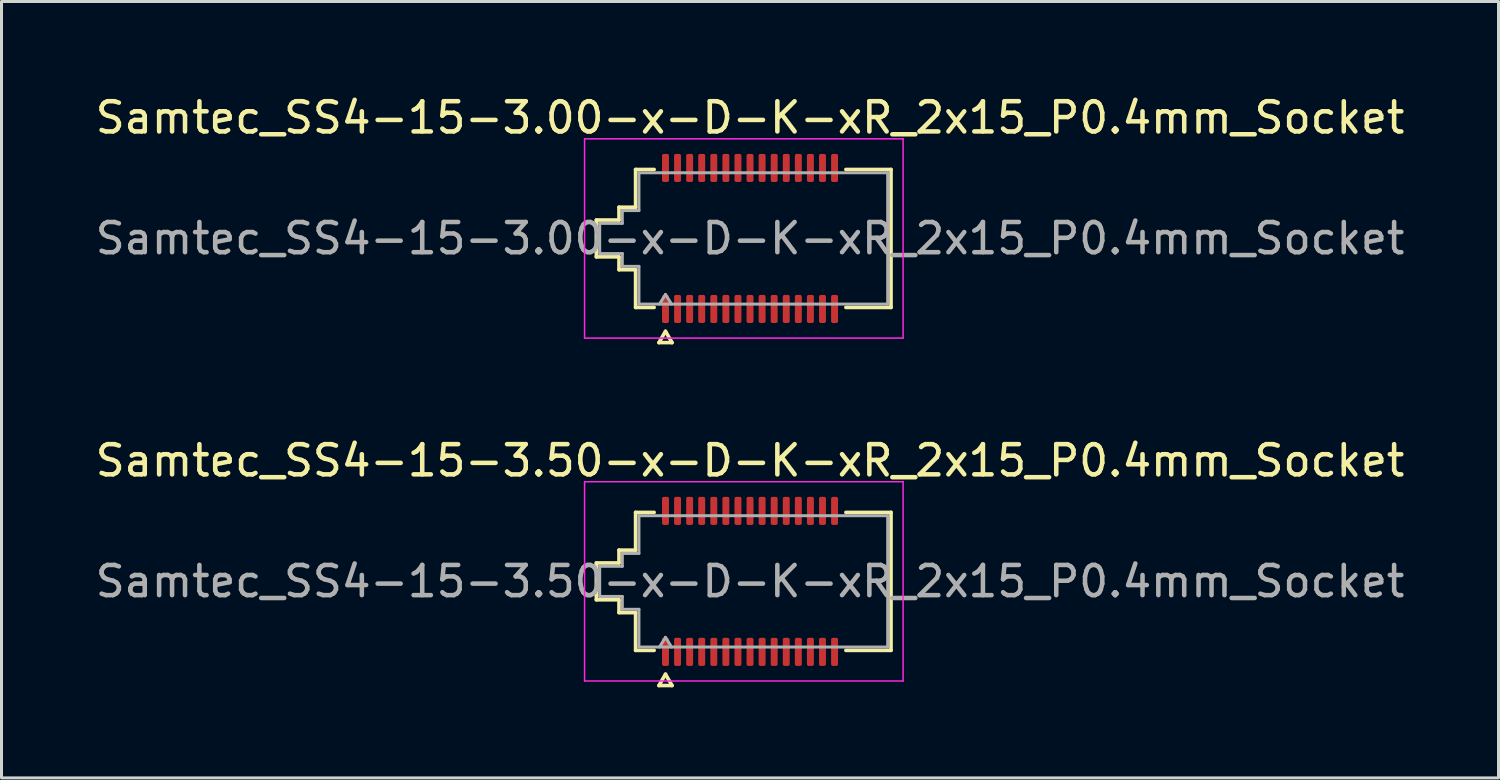
<source format=kicad_pcb>
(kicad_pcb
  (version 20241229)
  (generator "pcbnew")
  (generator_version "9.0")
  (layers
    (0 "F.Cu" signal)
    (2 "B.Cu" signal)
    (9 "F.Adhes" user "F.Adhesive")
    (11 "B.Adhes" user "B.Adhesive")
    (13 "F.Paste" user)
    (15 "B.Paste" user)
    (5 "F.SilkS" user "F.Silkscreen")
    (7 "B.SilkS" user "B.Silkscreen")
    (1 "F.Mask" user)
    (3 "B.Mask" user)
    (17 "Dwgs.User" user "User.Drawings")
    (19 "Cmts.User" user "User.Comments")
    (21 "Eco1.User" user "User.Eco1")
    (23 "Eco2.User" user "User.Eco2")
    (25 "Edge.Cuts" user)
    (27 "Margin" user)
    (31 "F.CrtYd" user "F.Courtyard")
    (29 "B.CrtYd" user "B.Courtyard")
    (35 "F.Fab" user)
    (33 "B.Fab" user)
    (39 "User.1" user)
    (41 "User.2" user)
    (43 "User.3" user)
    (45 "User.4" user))
  (footprint "Samtec_SS4-15-3.00-x-D-K-xR_2x15_P0.4mm_Socket"
    (layer "F.Cu")
    (at 21.792 4.848)
    (property "Reference" "Samtec_SS4-15-3.00-x-D-K-xR_2x15_P0.4mm_Socket" (at 0 -4 0) (layer "F.SilkS") (effects (font (size 1 1) (thickness 0.15))))
    (attr smd)
    (fp_line (start -5.09 -0.61) (end -4.34 -0.61) (stroke (width 0.12) (type solid)) (layer "F.SilkS"))
    (fp_line (start -5.09 0.61) (end -5.09 -0.61) (stroke (width 0.12) (type solid)) (layer "F.SilkS"))
    (fp_line (start -4.34 -1.035) (end -3.79 -1.035) (stroke (width 0.12) (type solid)) (layer "F.SilkS"))
    (fp_line (start -4.34 -0.61) (end -4.34 -1.035) (stroke (width 0.12) (type solid)) (layer "F.SilkS"))
    (fp_line (start -4.34 0.61) (end -5.09 0.61) (stroke (width 0.12) (type solid)) (layer "F.SilkS"))
    (fp_line (start -4.34 1.035) (end -4.34 0.61) (stroke (width 0.12) (type solid)) (layer "F.SilkS"))
    (fp_line (start -3.79 -2.285) (end -3.175 -2.285) (stroke (width 0.12) (type solid)) (layer "F.SilkS"))
    (fp_line (start -3.79 -1.035) (end -3.79 -2.285) (stroke (width 0.12) (type solid)) (layer "F.SilkS"))
    (fp_line (start -3.79 1.035) (end -4.34 1.035) (stroke (width 0.12) (type solid)) (layer "F.SilkS"))
    (fp_line (start -3.79 2.285) (end -3.79 1.035) (stroke (width 0.12) (type solid)) (layer "F.SilkS"))
    (fp_line (start -3.175 2.285) (end -3.79 2.285) (stroke (width 0.12) (type solid)) (layer "F.SilkS"))
    (fp_line (start -3.017 3.45) (end -2.8 3.075) (stroke (width 0.12) (type solid)) (layer "F.SilkS"))
    (fp_line (start -2.8 3.075) (end -2.583 3.45) (stroke (width 0.12) (type solid)) (layer "F.SilkS"))
    (fp_line (start -2.583 3.45) (end -3.017 3.45) (stroke (width 0.12) (type solid)) (layer "F.SilkS"))
    (fp_line (start 3.175 -2.285) (end 4.67 -2.285) (stroke (width 0.12) (type solid)) (layer "F.SilkS"))
    (fp_line (start 4.67 -2.285) (end 4.67 2.285) (stroke (width 0.12) (type solid)) (layer "F.SilkS"))
    (fp_line (start 4.67 2.285) (end 3.175 2.285) (stroke (width 0.12) (type solid)) (layer "F.SilkS"))
    (fp_line (start -5.48 -3.3) (end -5.48 3.3) (stroke (width 0.05) (type solid)) (layer "F.CrtYd"))
    (fp_line (start -5.48 3.3) (end 5.07 3.3) (stroke (width 0.05) (type solid)) (layer "F.CrtYd"))
    (fp_line (start 5.07 -3.3) (end -5.48 -3.3) (stroke (width 0.05) (type solid)) (layer "F.CrtYd"))
    (fp_line (start 5.07 3.3) (end 5.07 -3.3) (stroke (width 0.05) (type solid)) (layer "F.CrtYd"))
    (fp_line (start -4.98 -0.5) (end -4.23 -0.5) (stroke (width 0.1) (type solid)) (layer "F.Fab"))
    (fp_line (start -4.98 0.5) (end -4.98 -0.5) (stroke (width 0.1) (type solid)) (layer "F.Fab"))
    (fp_line (start -4.23 -0.925) (end -3.68 -0.925) (stroke (width 0.1) (type solid)) (layer "F.Fab"))
    (fp_line (start -4.23 -0.5) (end -4.23 -0.925) (stroke (width 0.1) (type solid)) (layer "F.Fab"))
    (fp_line (start -4.23 0.5) (end -4.98 0.5) (stroke (width 0.1) (type solid)) (layer "F.Fab"))
    (fp_line (start -4.23 0.925) (end -4.23 0.5) (stroke (width 0.1) (type solid)) (layer "F.Fab"))
    (fp_line (start -3.68 -2.175) (end 4.56 -2.175) (stroke (width 0.1) (type solid)) (layer "F.Fab"))
    (fp_line (start -3.68 -0.925) (end -3.68 -2.175) (stroke (width 0.1) (type solid)) (layer "F.Fab"))
    (fp_line (start -3.68 0.925) (end -4.23 0.925) (stroke (width 0.1) (type solid)) (layer "F.Fab"))
    (fp_line (start -3.68 2.175) (end -3.68 0.925) (stroke (width 0.1) (type solid)) (layer "F.Fab"))
    (fp_line (start -3 2.175) (end -2.8 1.855) (stroke (width 0.1) (type solid)) (layer "F.Fab"))
    (fp_line (start -2.8 1.855) (end -2.6 2.175) (stroke (width 0.1) (type solid)) (layer "F.Fab"))
    (fp_line (start 4.56 -2.175) (end 4.56 2.175) (stroke (width 0.1) (type solid)) (layer "F.Fab"))
    (fp_line (start 4.56 2.175) (end -3.68 2.175) (stroke (width 0.1) (type solid)) (layer "F.Fab"))
    (fp_text user "${REFERENCE}" (at 0 0 0) (layer "F.Fab") (effects (font (size 1 1) (thickness 0.15))))
    (pad "1" smd roundrect (at -2.8 2.335) (size 0.23 0.93) (layers "F.Cu" "F.Mask" "F.Paste") (roundrect_rratio 0.25))
    (pad "2" smd roundrect (at -2.8 -2.335) (size 0.23 0.93) (layers "F.Cu" "F.Mask" "F.Paste") (roundrect_rratio 0.25))
    (pad "3" smd roundrect (at -2.4 2.335) (size 0.23 0.93) (layers "F.Cu" "F.Mask" "F.Paste") (roundrect_rratio 0.25))
    (pad "4" smd roundrect (at -2.4 -2.335) (size 0.23 0.93) (layers "F.Cu" "F.Mask" "F.Paste") (roundrect_rratio 0.25))
    (pad "5" smd roundrect (at -2 2.335) (size 0.23 0.93) (layers "F.Cu" "F.Mask" "F.Paste") (roundrect_rratio 0.25))
    (pad "6" smd roundrect (at -2 -2.335) (size 0.23 0.93) (layers "F.Cu" "F.Mask" "F.Paste") (roundrect_rratio 0.25))
    (pad "7" smd roundrect (at -1.6 2.335) (size 0.23 0.93) (layers "F.Cu" "F.Mask" "F.Paste") (roundrect_rratio 0.25))
    (pad "8" smd roundrect (at -1.6 -2.335) (size 0.23 0.93) (layers "F.Cu" "F.Mask" "F.Paste") (roundrect_rratio 0.25))
    (pad "9" smd roundrect (at -1.2 2.335) (size 0.23 0.93) (layers "F.Cu" "F.Mask" "F.Paste") (roundrect_rratio 0.25))
    (pad "10" smd roundrect (at -1.2 -2.335) (size 0.23 0.93) (layers "F.Cu" "F.Mask" "F.Paste") (roundrect_rratio 0.25))
    (pad "11" smd roundrect (at -0.8 2.335) (size 0.23 0.93) (layers "F.Cu" "F.Mask" "F.Paste") (roundrect_rratio 0.25))
    (pad "12" smd roundrect (at -0.8 -2.335) (size 0.23 0.93) (layers "F.Cu" "F.Mask" "F.Paste") (roundrect_rratio 0.25))
    (pad "13" smd roundrect (at -0.4 2.335) (size 0.23 0.93) (layers "F.Cu" "F.Mask" "F.Paste") (roundrect_rratio 0.25))
    (pad "14" smd roundrect (at -0.4 -2.335) (size 0.23 0.93) (layers "F.Cu" "F.Mask" "F.Paste") (roundrect_rratio 0.25))
    (pad "15" smd roundrect (at 0 2.335) (size 0.23 0.93) (layers "F.Cu" "F.Mask" "F.Paste") (roundrect_rratio 0.25))
    (pad "16" smd roundrect (at 0 -2.335) (size 0.23 0.93) (layers "F.Cu" "F.Mask" "F.Paste") (roundrect_rratio 0.25))
    (pad "17" smd roundrect (at 0.4 2.335) (size 0.23 0.93) (layers "F.Cu" "F.Mask" "F.Paste") (roundrect_rratio 0.25))
    (pad "18" smd roundrect (at 0.4 -2.335) (size 0.23 0.93) (layers "F.Cu" "F.Mask" "F.Paste") (roundrect_rratio 0.25))
    (pad "19" smd roundrect (at 0.8 2.335) (size 0.23 0.93) (layers "F.Cu" "F.Mask" "F.Paste") (roundrect_rratio 0.25))
    (pad "20" smd roundrect (at 0.8 -2.335) (size 0.23 0.93) (layers "F.Cu" "F.Mask" "F.Paste") (roundrect_rratio 0.25))
    (pad "21" smd roundrect (at 1.2 2.335) (size 0.23 0.93) (layers "F.Cu" "F.Mask" "F.Paste") (roundrect_rratio 0.25))
    (pad "22" smd roundrect (at 1.2 -2.335) (size 0.23 0.93) (layers "F.Cu" "F.Mask" "F.Paste") (roundrect_rratio 0.25))
    (pad "23" smd roundrect (at 1.6 2.335) (size 0.23 0.93) (layers "F.Cu" "F.Mask" "F.Paste") (roundrect_rratio 0.25))
    (pad "24" smd roundrect (at 1.6 -2.335) (size 0.23 0.93) (layers "F.Cu" "F.Mask" "F.Paste") (roundrect_rratio 0.25))
    (pad "25" smd roundrect (at 2 2.335) (size 0.23 0.93) (layers "F.Cu" "F.Mask" "F.Paste") (roundrect_rratio 0.25))
    (pad "26" smd roundrect (at 2 -2.335) (size 0.23 0.93) (layers "F.Cu" "F.Mask" "F.Paste") (roundrect_rratio 0.25))
    (pad "27" smd roundrect (at 2.4 2.335) (size 0.23 0.93) (layers "F.Cu" "F.Mask" "F.Paste") (roundrect_rratio 0.25))
    (pad "28" smd roundrect (at 2.4 -2.335) (size 0.23 0.93) (layers "F.Cu" "F.Mask" "F.Paste") (roundrect_rratio 0.25))
    (pad "29" smd roundrect (at 2.8 2.335) (size 0.23 0.93) (layers "F.Cu" "F.Mask" "F.Paste") (roundrect_rratio 0.25))
    (pad "30" smd roundrect (at 2.8 -2.335) (size 0.23 0.93) (layers "F.Cu" "F.Mask" "F.Paste") (roundrect_rratio 0.25))
    (zone (net_name "") (layer "F.Cu") (name "Via keepout") (hatch edge 0.5) (connect_pads) (min_thickness 0.25) (filled_areas_thickness no) (keepout (tracks not_allowed) (vias not_allowed) (pads allowed) (copperpour not_allowed) (footprints allowed)) (placement (enabled no)) (fill) (polygon (pts (xy 18.877 2.978) (xy 24.707 2.978) (xy 24.707 6.718) (xy 18.877 6.718)))))
  (footprint "Samtec_SS4-15-3.50-x-D-K-xR_2x15_P0.4mm_Socket"
    (layer "F.Cu")
    (at 21.792 16.206)
    (property "Reference" "Samtec_SS4-15-3.50-x-D-K-xR_2x15_P0.4mm_Socket" (at 0 -4 0) (layer "F.SilkS") (effects (font (size 1 1) (thickness 0.15))))
    (attr smd)
    (fp_line (start -5.09 -0.61) (end -4.34 -0.61) (stroke (width 0.12) (type solid)) (layer "F.SilkS"))
    (fp_line (start -5.09 0.61) (end -5.09 -0.61) (stroke (width 0.12) (type solid)) (layer "F.SilkS"))
    (fp_line (start -4.34 -1.035) (end -3.79 -1.035) (stroke (width 0.12) (type solid)) (layer "F.SilkS"))
    (fp_line (start -4.34 -0.61) (end -4.34 -1.035) (stroke (width 0.12) (type solid)) (layer "F.SilkS"))
    (fp_line (start -4.34 0.61) (end -5.09 0.61) (stroke (width 0.12) (type solid)) (layer "F.SilkS"))
    (fp_line (start -4.34 1.035) (end -4.34 0.61) (stroke (width 0.12) (type solid)) (layer "F.SilkS"))
    (fp_line (start -3.79 -2.285) (end -3.175 -2.285) (stroke (width 0.12) (type solid)) (layer "F.SilkS"))
    (fp_line (start -3.79 -1.035) (end -3.79 -2.285) (stroke (width 0.12) (type solid)) (layer "F.SilkS"))
    (fp_line (start -3.79 1.035) (end -4.34 1.035) (stroke (width 0.12) (type solid)) (layer "F.SilkS"))
    (fp_line (start -3.79 2.285) (end -3.79 1.035) (stroke (width 0.12) (type solid)) (layer "F.SilkS"))
    (fp_line (start -3.175 2.285) (end -3.79 2.285) (stroke (width 0.12) (type solid)) (layer "F.SilkS"))
    (fp_line (start -3.017 3.45) (end -2.8 3.075) (stroke (width 0.12) (type solid)) (layer "F.SilkS"))
    (fp_line (start -2.8 3.075) (end -2.583 3.45) (stroke (width 0.12) (type solid)) (layer "F.SilkS"))
    (fp_line (start -2.583 3.45) (end -3.017 3.45) (stroke (width 0.12) (type solid)) (layer "F.SilkS"))
    (fp_line (start 3.175 -2.285) (end 4.67 -2.285) (stroke (width 0.12) (type solid)) (layer "F.SilkS"))
    (fp_line (start 4.67 -2.285) (end 4.67 2.285) (stroke (width 0.12) (type solid)) (layer "F.SilkS"))
    (fp_line (start 4.67 2.285) (end 3.175 2.285) (stroke (width 0.12) (type solid)) (layer "F.SilkS"))
    (fp_line (start -5.48 -3.3) (end -5.48 3.3) (stroke (width 0.05) (type solid)) (layer "F.CrtYd"))
    (fp_line (start -5.48 3.3) (end 5.07 3.3) (stroke (width 0.05) (type solid)) (layer "F.CrtYd"))
    (fp_line (start 5.07 -3.3) (end -5.48 -3.3) (stroke (width 0.05) (type solid)) (layer "F.CrtYd"))
    (fp_line (start 5.07 3.3) (end 5.07 -3.3) (stroke (width 0.05) (type solid)) (layer "F.CrtYd"))
    (fp_line (start -4.98 -0.5) (end -4.23 -0.5) (stroke (width 0.1) (type solid)) (layer "F.Fab"))
    (fp_line (start -4.98 0.5) (end -4.98 -0.5) (stroke (width 0.1) (type solid)) (layer "F.Fab"))
    (fp_line (start -4.23 -0.925) (end -3.68 -0.925) (stroke (width 0.1) (type solid)) (layer "F.Fab"))
    (fp_line (start -4.23 -0.5) (end -4.23 -0.925) (stroke (width 0.1) (type solid)) (layer "F.Fab"))
    (fp_line (start -4.23 0.5) (end -4.98 0.5) (stroke (width 0.1) (type solid)) (layer "F.Fab"))
    (fp_line (start -4.23 0.925) (end -4.23 0.5) (stroke (width 0.1) (type solid)) (layer "F.Fab"))
    (fp_line (start -3.68 -2.175) (end 4.56 -2.175) (stroke (width 0.1) (type solid)) (layer "F.Fab"))
    (fp_line (start -3.68 -0.925) (end -3.68 -2.175) (stroke (width 0.1) (type solid)) (layer "F.Fab"))
    (fp_line (start -3.68 0.925) (end -4.23 0.925) (stroke (width 0.1) (type solid)) (layer "F.Fab"))
    (fp_line (start -3.68 2.175) (end -3.68 0.925) (stroke (width 0.1) (type solid)) (layer "F.Fab"))
    (fp_line (start -3 2.175) (end -2.8 1.855) (stroke (width 0.1) (type solid)) (layer "F.Fab"))
    (fp_line (start -2.8 1.855) (end -2.6 2.175) (stroke (width 0.1) (type solid)) (layer "F.Fab"))
    (fp_line (start 4.56 -2.175) (end 4.56 2.175) (stroke (width 0.1) (type solid)) (layer "F.Fab"))
    (fp_line (start 4.56 2.175) (end -3.68 2.175) (stroke (width 0.1) (type solid)) (layer "F.Fab"))
    (fp_text user "${REFERENCE}" (at 0 0 0) (layer "F.Fab") (effects (font (size 1 1) (thickness 0.15))))
    (pad "1" smd roundrect (at -2.8 2.335) (size 0.23 0.93) (layers "F.Cu" "F.Mask" "F.Paste") (roundrect_rratio 0.25))
    (pad "2" smd roundrect (at -2.8 -2.335) (size 0.23 0.93) (layers "F.Cu" "F.Mask" "F.Paste") (roundrect_rratio 0.25))
    (pad "3" smd roundrect (at -2.4 2.335) (size 0.23 0.93) (layers "F.Cu" "F.Mask" "F.Paste") (roundrect_rratio 0.25))
    (pad "4" smd roundrect (at -2.4 -2.335) (size 0.23 0.93) (layers "F.Cu" "F.Mask" "F.Paste") (roundrect_rratio 0.25))
    (pad "5" smd roundrect (at -2 2.335) (size 0.23 0.93) (layers "F.Cu" "F.Mask" "F.Paste") (roundrect_rratio 0.25))
    (pad "6" smd roundrect (at -2 -2.335) (size 0.23 0.93) (layers "F.Cu" "F.Mask" "F.Paste") (roundrect_rratio 0.25))
    (pad "7" smd roundrect (at -1.6 2.335) (size 0.23 0.93) (layers "F.Cu" "F.Mask" "F.Paste") (roundrect_rratio 0.25))
    (pad "8" smd roundrect (at -1.6 -2.335) (size 0.23 0.93) (layers "F.Cu" "F.Mask" "F.Paste") (roundrect_rratio 0.25))
    (pad "9" smd roundrect (at -1.2 2.335) (size 0.23 0.93) (layers "F.Cu" "F.Mask" "F.Paste") (roundrect_rratio 0.25))
    (pad "10" smd roundrect (at -1.2 -2.335) (size 0.23 0.93) (layers "F.Cu" "F.Mask" "F.Paste") (roundrect_rratio 0.25))
    (pad "11" smd roundrect (at -0.8 2.335) (size 0.23 0.93) (layers "F.Cu" "F.Mask" "F.Paste") (roundrect_rratio 0.25))
    (pad "12" smd roundrect (at -0.8 -2.335) (size 0.23 0.93) (layers "F.Cu" "F.Mask" "F.Paste") (roundrect_rratio 0.25))
    (pad "13" smd roundrect (at -0.4 2.335) (size 0.23 0.93) (layers "F.Cu" "F.Mask" "F.Paste") (roundrect_rratio 0.25))
    (pad "14" smd roundrect (at -0.4 -2.335) (size 0.23 0.93) (layers "F.Cu" "F.Mask" "F.Paste") (roundrect_rratio 0.25))
    (pad "15" smd roundrect (at 0 2.335) (size 0.23 0.93) (layers "F.Cu" "F.Mask" "F.Paste") (roundrect_rratio 0.25))
    (pad "16" smd roundrect (at 0 -2.335) (size 0.23 0.93) (layers "F.Cu" "F.Mask" "F.Paste") (roundrect_rratio 0.25))
    (pad "17" smd roundrect (at 0.4 2.335) (size 0.23 0.93) (layers "F.Cu" "F.Mask" "F.Paste") (roundrect_rratio 0.25))
    (pad "18" smd roundrect (at 0.4 -2.335) (size 0.23 0.93) (layers "F.Cu" "F.Mask" "F.Paste") (roundrect_rratio 0.25))
    (pad "19" smd roundrect (at 0.8 2.335) (size 0.23 0.93) (layers "F.Cu" "F.Mask" "F.Paste") (roundrect_rratio 0.25))
    (pad "20" smd roundrect (at 0.8 -2.335) (size 0.23 0.93) (layers "F.Cu" "F.Mask" "F.Paste") (roundrect_rratio 0.25))
    (pad "21" smd roundrect (at 1.2 2.335) (size 0.23 0.93) (layers "F.Cu" "F.Mask" "F.Paste") (roundrect_rratio 0.25))
    (pad "22" smd roundrect (at 1.2 -2.335) (size 0.23 0.93) (layers "F.Cu" "F.Mask" "F.Paste") (roundrect_rratio 0.25))
    (pad "23" smd roundrect (at 1.6 2.335) (size 0.23 0.93) (layers "F.Cu" "F.Mask" "F.Paste") (roundrect_rratio 0.25))
    (pad "24" smd roundrect (at 1.6 -2.335) (size 0.23 0.93) (layers "F.Cu" "F.Mask" "F.Paste") (roundrect_rratio 0.25))
    (pad "25" smd roundrect (at 2 2.335) (size 0.23 0.93) (layers "F.Cu" "F.Mask" "F.Paste") (roundrect_rratio 0.25))
    (pad "26" smd roundrect (at 2 -2.335) (size 0.23 0.93) (layers "F.Cu" "F.Mask" "F.Paste") (roundrect_rratio 0.25))
    (pad "27" smd roundrect (at 2.4 2.335) (size 0.23 0.93) (layers "F.Cu" "F.Mask" "F.Paste") (roundrect_rratio 0.25))
    (pad "28" smd roundrect (at 2.4 -2.335) (size 0.23 0.93) (layers "F.Cu" "F.Mask" "F.Paste") (roundrect_rratio 0.25))
    (pad "29" smd roundrect (at 2.8 2.335) (size 0.23 0.93) (layers "F.Cu" "F.Mask" "F.Paste") (roundrect_rratio 0.25))
    (pad "30" smd roundrect (at 2.8 -2.335) (size 0.23 0.93) (layers "F.Cu" "F.Mask" "F.Paste") (roundrect_rratio 0.25)))
  (gr_rect
    (start -3 -3)
    (end 46.583 22.716)
    (stroke (width 0.1) (type default))
    (fill no)
    (layer "Edge.Cuts")))
</source>
